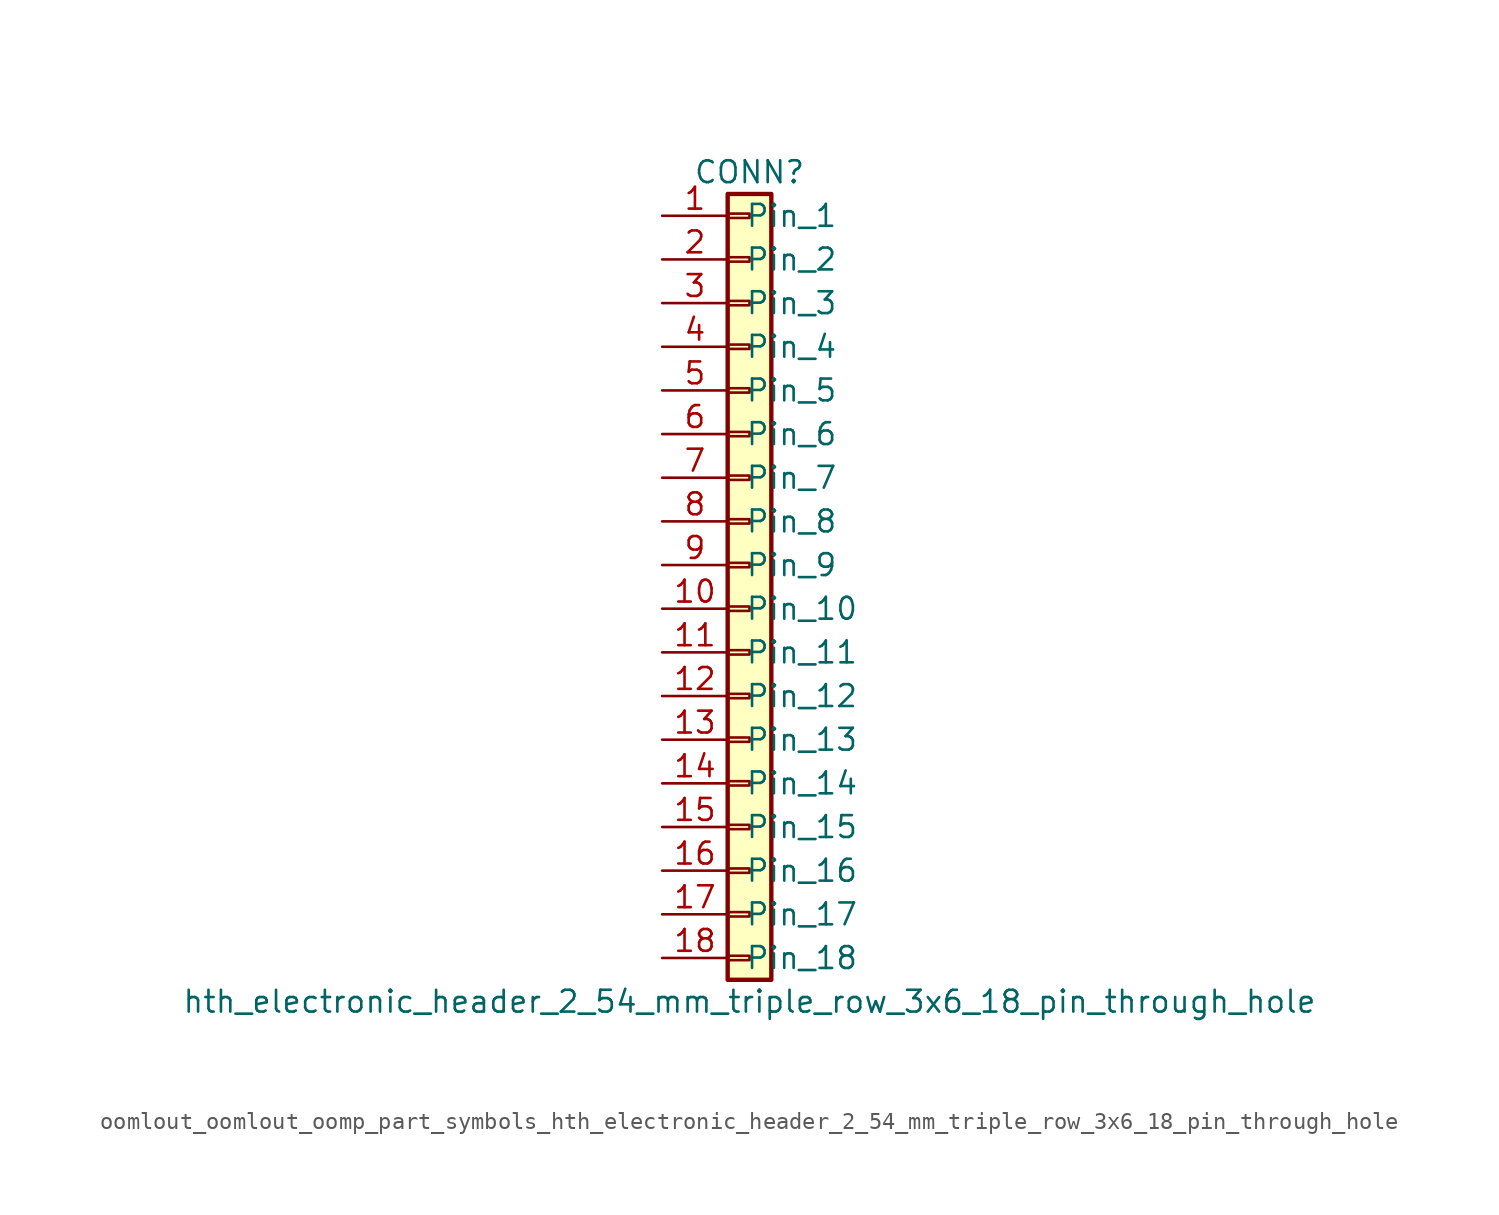
<source format=kicad_sym>
(kicad_symbol_lib
  (version 20220914)
  (generator kicad_symbol_editor)
  (symbol "oomlout_oomlout_oomp_part_symbols_hth_electronic_header_2_54_mm_triple_row_3x6_18_pin_through_hole"
    (pin_names
      (offset 1.016))
    (property "Reference" "CONN"
      (at 0 22.86 0)
      (effects (font (size 1.27 1.27))))
    (property "Value" "hth_electronic_header_2_54_mm_triple_row_3x6_18_pin_through_hole"
      (at 0 -25.4 0)
      (effects (font (size 1.27 1.27))))
    (symbol "oomlout_oomlout_oomp_part_symbols_hth_electronic_header_2_54_mm_triple_row_3x6_18_pin_through_hole_1_1"
      (rectangle (start -1.27 -22.733) (end 0 -22.987) (stroke (width 0.152) (type default)) (fill (type none)))
      (rectangle (start -1.27 -20.193) (end 0 -20.447) (stroke (width 0.152) (type default)) (fill (type none)))
      (rectangle (start -1.27 -17.653) (end 0 -17.907) (stroke (width 0.152) (type default)) (fill (type none)))
      (rectangle (start -1.27 -15.113) (end 0 -15.367) (stroke (width 0.152) (type default)) (fill (type none)))
      (rectangle (start -1.27 -12.573) (end 0 -12.827) (stroke (width 0.152) (type default)) (fill (type none)))
      (rectangle (start -1.27 -10.033) (end 0 -10.287) (stroke (width 0.152) (type default)) (fill (type none)))
      (rectangle (start -1.27 -7.493) (end 0 -7.747) (stroke (width 0.152) (type default)) (fill (type none)))
      (rectangle (start -1.27 -4.953) (end 0 -5.207) (stroke (width 0.152) (type default)) (fill (type none)))
      (rectangle (start -1.27 -2.413) (end 0 -2.667) (stroke (width 0.152) (type default)) (fill (type none)))
      (rectangle (start -1.27 0.127) (end 0 -0.127) (stroke (width 0.152) (type default)) (fill (type none)))
      (rectangle (start -1.27 2.667) (end 0 2.413) (stroke (width 0.152) (type default)) (fill (type none)))
      (rectangle (start -1.27 5.207) (end 0 4.953) (stroke (width 0.152) (type default)) (fill (type none)))
      (rectangle (start -1.27 7.747) (end 0 7.493) (stroke (width 0.152) (type default)) (fill (type none)))
      (rectangle (start -1.27 10.287) (end 0 10.033) (stroke (width 0.152) (type default)) (fill (type none)))
      (rectangle (start -1.27 12.827) (end 0 12.573) (stroke (width 0.152) (type default)) (fill (type none)))
      (rectangle (start -1.27 15.367) (end 0 15.113) (stroke (width 0.152) (type default)) (fill (type none)))
      (rectangle (start -1.27 17.907) (end 0 17.653) (stroke (width 0.152) (type default)) (fill (type none)))
      (rectangle (start -1.27 20.447) (end 0 20.193) (stroke (width 0.152) (type default)) (fill (type none)))
      (rectangle (start -1.27 21.59) (end 1.27 -24.13) (stroke (width 0.254) (type default)) (fill (type background)))
      (pin passive line (at -5.08 20.32 0) (length 3.81) (name "Pin_1" (effects (font (size 1.27 1.27)))) (number "1" (effects (font (size 1.27 1.27)))))
      (pin passive line (at -5.08 -2.54 0) (length 3.81) (name "Pin_10" (effects (font (size 1.27 1.27)))) (number "10" (effects (font (size 1.27 1.27)))))
      (pin passive line (at -5.08 -5.08 0) (length 3.81) (name "Pin_11" (effects (font (size 1.27 1.27)))) (number "11" (effects (font (size 1.27 1.27)))))
      (pin passive line (at -5.08 -7.62 0) (length 3.81) (name "Pin_12" (effects (font (size 1.27 1.27)))) (number "12" (effects (font (size 1.27 1.27)))))
      (pin passive line (at -5.08 -10.16 0) (length 3.81) (name "Pin_13" (effects (font (size 1.27 1.27)))) (number "13" (effects (font (size 1.27 1.27)))))
      (pin passive line (at -5.08 -12.7 0) (length 3.81) (name "Pin_14" (effects (font (size 1.27 1.27)))) (number "14" (effects (font (size 1.27 1.27)))))
      (pin passive line (at -5.08 -15.24 0) (length 3.81) (name "Pin_15" (effects (font (size 1.27 1.27)))) (number "15" (effects (font (size 1.27 1.27)))))
      (pin passive line (at -5.08 -17.78 0) (length 3.81) (name "Pin_16" (effects (font (size 1.27 1.27)))) (number "16" (effects (font (size 1.27 1.27)))))
      (pin passive line (at -5.08 -20.32 0) (length 3.81) (name "Pin_17" (effects (font (size 1.27 1.27)))) (number "17" (effects (font (size 1.27 1.27)))))
      (pin passive line (at -5.08 -22.86 0) (length 3.81) (name "Pin_18" (effects (font (size 1.27 1.27)))) (number "18" (effects (font (size 1.27 1.27)))))
      (pin passive line (at -5.08 17.78 0) (length 3.81) (name "Pin_2" (effects (font (size 1.27 1.27)))) (number "2" (effects (font (size 1.27 1.27)))))
      (pin passive line (at -5.08 15.24 0) (length 3.81) (name "Pin_3" (effects (font (size 1.27 1.27)))) (number "3" (effects (font (size 1.27 1.27)))))
      (pin passive line (at -5.08 12.7 0) (length 3.81) (name "Pin_4" (effects (font (size 1.27 1.27)))) (number "4" (effects (font (size 1.27 1.27)))))
      (pin passive line (at -5.08 10.16 0) (length 3.81) (name "Pin_5" (effects (font (size 1.27 1.27)))) (number "5" (effects (font (size 1.27 1.27)))))
      (pin passive line (at -5.08 7.62 0) (length 3.81) (name "Pin_6" (effects (font (size 1.27 1.27)))) (number "6" (effects (font (size 1.27 1.27)))))
      (pin passive line (at -5.08 5.08 0) (length 3.81) (name "Pin_7" (effects (font (size 1.27 1.27)))) (number "7" (effects (font (size 1.27 1.27)))))
      (pin passive line (at -5.08 2.54 0) (length 3.81) (name "Pin_8" (effects (font (size 1.27 1.27)))) (number "8" (effects (font (size 1.27 1.27)))))
      (pin passive line (at -5.08 0 0) (length 3.81) (name "Pin_9" (effects (font (size 1.27 1.27)))) (number "9" (effects (font (size 1.27 1.27))))))))
</source>
